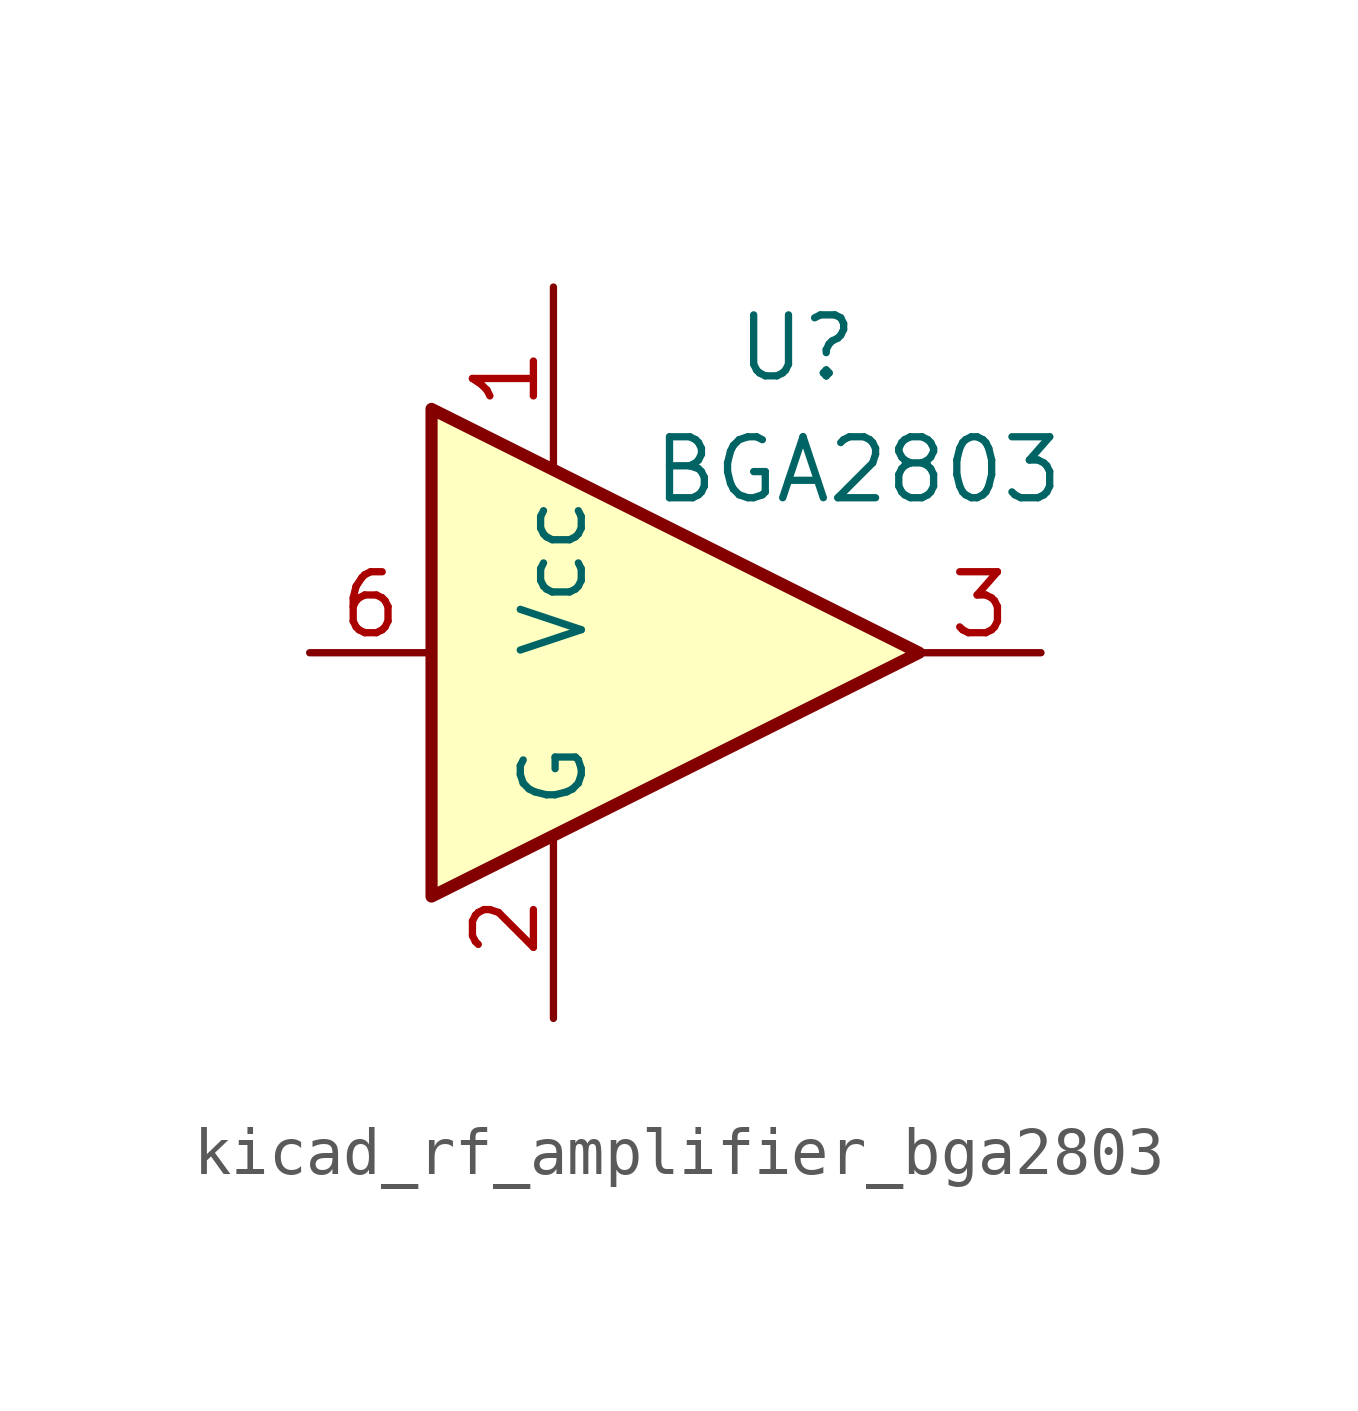
<source format=kicad_sym>
(kicad_symbol_lib
  (version 20220914)
  (generator kicad_symbol_editor)
  (symbol "kicad_rf_amplifier_bga2803"
    (property "Reference" "U"
      (at 2.54 6.35 0)
      (effects (font (size 1.27 1.27))))
    (property "Value" "BGA2803"
      (at 3.81 3.81 0)
      (effects (font (size 1.27 1.27))))
    (symbol "kicad_rf_amplifier_bga2803_0_1"
      (polyline (pts (xy 5.08 0) (xy -5.08 5.08) (xy -5.08 -5.08) (xy 5.08 0)) (stroke (width 0.254) (type default)) (fill (type background))))
    (symbol "kicad_rf_amplifier_bga2803_1_1"
      (pin power_in line (at -2.54 7.62 270) (length 3.81) (name "Vcc" (effects (font (size 1.27 1.27)))) (number "1" (effects (font (size 1.27 1.27)))))
      (pin power_in line (at -2.54 -7.62 90) (length 3.81) (name "G" (effects (font (size 1.27 1.27)))) (number "2" (effects (font (size 1.27 1.27)))))
      (pin output line (at 7.62 0 180) (length 2.54) (name "~" (effects (font (size 1.27 1.27)))) (number "3" (effects (font (size 1.27 1.27)))))
      (pin passive line (at -2.54 -7.62 90) (length 3.81) hide (name "G" (effects (font (size 1.27 1.27)))) (number "4" (effects (font (size 1.27 1.27)))))
      (pin passive line (at -2.54 -7.62 90) (length 3.81) hide (name "G" (effects (font (size 1.27 1.27)))) (number "5" (effects (font (size 1.27 1.27)))))
      (pin input line (at -7.62 0 0) (length 2.54) (name "~" (effects (font (size 1.27 1.27)))) (number "6" (effects (font (size 1.27 1.27))))))))
</source>
